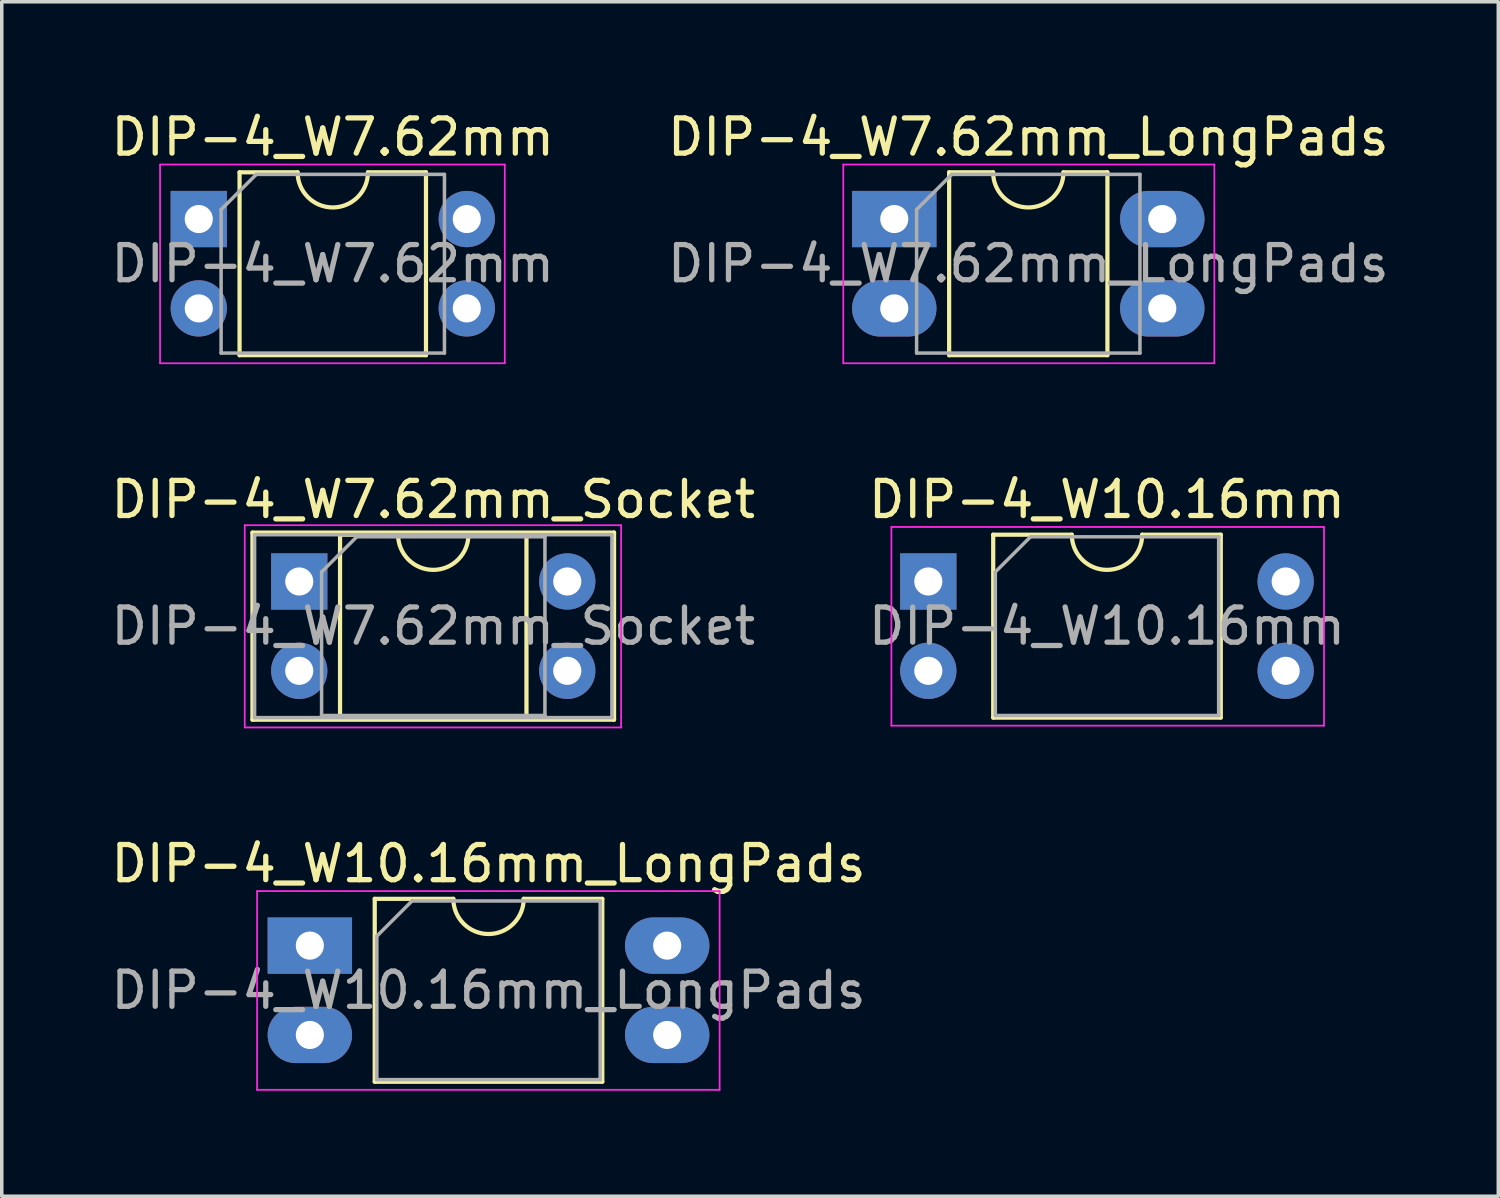
<source format=kicad_pcb>
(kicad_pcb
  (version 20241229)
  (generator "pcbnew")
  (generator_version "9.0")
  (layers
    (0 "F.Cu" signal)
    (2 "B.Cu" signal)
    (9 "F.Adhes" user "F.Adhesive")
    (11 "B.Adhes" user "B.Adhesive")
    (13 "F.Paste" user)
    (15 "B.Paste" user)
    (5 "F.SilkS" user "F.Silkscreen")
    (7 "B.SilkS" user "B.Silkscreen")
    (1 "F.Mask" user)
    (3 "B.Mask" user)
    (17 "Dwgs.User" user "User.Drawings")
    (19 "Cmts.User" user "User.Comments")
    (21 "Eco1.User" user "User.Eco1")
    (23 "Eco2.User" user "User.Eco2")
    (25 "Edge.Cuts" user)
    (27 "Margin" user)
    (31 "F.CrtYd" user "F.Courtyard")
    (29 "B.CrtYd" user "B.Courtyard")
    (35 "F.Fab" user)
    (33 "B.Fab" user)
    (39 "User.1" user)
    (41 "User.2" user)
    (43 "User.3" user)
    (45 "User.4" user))
  (footprint "DIP-4_W10.16mm"
    (layer "F.Cu")
    (at 23.343 13.482)
    (property "Reference" "DIP-4_W10.16mm" (at 5.08 -2.33 0) (layer "F.SilkS") (effects (font (size 1 1) (thickness 0.15))))
    (attr through_hole)
    (fp_line (start 1.845 -1.33) (end 1.845 3.87) (stroke (width 0.12) (type solid)) (layer "F.SilkS"))
    (fp_line (start 1.845 3.87) (end 8.315 3.87) (stroke (width 0.12) (type solid)) (layer "F.SilkS"))
    (fp_line (start 4.08 -1.33) (end 1.845 -1.33) (stroke (width 0.12) (type solid)) (layer "F.SilkS"))
    (fp_line (start 8.315 -1.33) (end 6.08 -1.33) (stroke (width 0.12) (type solid)) (layer "F.SilkS"))
    (fp_line (start 8.315 3.87) (end 8.315 -1.33) (stroke (width 0.12) (type solid)) (layer "F.SilkS"))
    (fp_arc (start 6.08 -1.33) (mid 5.08 -0.33) (end 4.08 -1.33) (stroke (width 0.12) (type solid)) (layer "F.SilkS"))
    (fp_line (start -1.05 -1.55) (end -1.05 4.1) (stroke (width 0.05) (type solid)) (layer "F.CrtYd"))
    (fp_line (start -1.05 4.1) (end 11.25 4.1) (stroke (width 0.05) (type solid)) (layer "F.CrtYd"))
    (fp_line (start 11.25 -1.55) (end -1.05 -1.55) (stroke (width 0.05) (type solid)) (layer "F.CrtYd"))
    (fp_line (start 11.25 4.1) (end 11.25 -1.55) (stroke (width 0.05) (type solid)) (layer "F.CrtYd"))
    (fp_line (start 1.905 -0.27) (end 2.905 -1.27) (stroke (width 0.1) (type solid)) (layer "F.Fab"))
    (fp_line (start 1.905 3.81) (end 1.905 -0.27) (stroke (width 0.1) (type solid)) (layer "F.Fab"))
    (fp_line (start 2.905 -1.27) (end 8.255 -1.27) (stroke (width 0.1) (type solid)) (layer "F.Fab"))
    (fp_line (start 8.255 -1.27) (end 8.255 3.81) (stroke (width 0.1) (type solid)) (layer "F.Fab"))
    (fp_line (start 8.255 3.81) (end 1.905 3.81) (stroke (width 0.1) (type solid)) (layer "F.Fab"))
    (fp_text user "${REFERENCE}" (at 5.08 1.27 0) (layer "F.Fab") (effects (font (size 1 1) (thickness 0.15))))
    (pad "1" thru_hole rect (at 0 0) (size 1.6 1.6) (drill 0.8) (layers "*.Cu" "*.Mask"))
    (pad "2" thru_hole oval (at 0 2.54) (size 1.6 1.6) (drill 0.8) (layers "*.Cu" "*.Mask"))
    (pad "3" thru_hole oval (at 10.16 2.54) (size 1.6 1.6) (drill 0.8) (layers "*.Cu" "*.Mask"))
    (pad "4" thru_hole oval (at 10.16 0) (size 1.6 1.6) (drill 0.8) (layers "*.Cu" "*.Mask")))
  (footprint "DIP-4_W7.62mm"
    (layer "F.Cu")
    (at 2.601 3.178)
    (property "Reference" "DIP-4_W7.62mm" (at 3.81 -2.33 0) (layer "F.SilkS") (effects (font (size 1 1) (thickness 0.15))))
    (attr through_hole)
    (fp_line (start 1.16 -1.33) (end 1.16 3.87) (stroke (width 0.12) (type solid)) (layer "F.SilkS"))
    (fp_line (start 1.16 3.87) (end 6.46 3.87) (stroke (width 0.12) (type solid)) (layer "F.SilkS"))
    (fp_line (start 2.81 -1.33) (end 1.16 -1.33) (stroke (width 0.12) (type solid)) (layer "F.SilkS"))
    (fp_line (start 6.46 -1.33) (end 4.81 -1.33) (stroke (width 0.12) (type solid)) (layer "F.SilkS"))
    (fp_line (start 6.46 3.87) (end 6.46 -1.33) (stroke (width 0.12) (type solid)) (layer "F.SilkS"))
    (fp_arc (start 4.81 -1.33) (mid 3.81 -0.33) (end 2.81 -1.33) (stroke (width 0.12) (type solid)) (layer "F.SilkS"))
    (fp_line (start -1.1 -1.55) (end -1.1 4.1) (stroke (width 0.05) (type solid)) (layer "F.CrtYd"))
    (fp_line (start -1.1 4.1) (end 8.7 4.1) (stroke (width 0.05) (type solid)) (layer "F.CrtYd"))
    (fp_line (start 8.7 -1.55) (end -1.1 -1.55) (stroke (width 0.05) (type solid)) (layer "F.CrtYd"))
    (fp_line (start 8.7 4.1) (end 8.7 -1.55) (stroke (width 0.05) (type solid)) (layer "F.CrtYd"))
    (fp_line (start 0.635 -0.27) (end 1.635 -1.27) (stroke (width 0.1) (type solid)) (layer "F.Fab"))
    (fp_line (start 0.635 3.81) (end 0.635 -0.27) (stroke (width 0.1) (type solid)) (layer "F.Fab"))
    (fp_line (start 1.635 -1.27) (end 6.985 -1.27) (stroke (width 0.1) (type solid)) (layer "F.Fab"))
    (fp_line (start 6.985 -1.27) (end 6.985 3.81) (stroke (width 0.1) (type solid)) (layer "F.Fab"))
    (fp_line (start 6.985 3.81) (end 0.635 3.81) (stroke (width 0.1) (type solid)) (layer "F.Fab"))
    (fp_text user "${REFERENCE}" (at 3.81 1.27 0) (layer "F.Fab") (effects (font (size 1 1) (thickness 0.15))))
    (pad "1" thru_hole rect (at 0 0) (size 1.6 1.6) (drill 0.8) (layers "*.Cu" "*.Mask"))
    (pad "2" thru_hole oval (at 0 2.54) (size 1.6 1.6) (drill 0.8) (layers "*.Cu" "*.Mask"))
    (pad "3" thru_hole oval (at 7.62 2.54) (size 1.6 1.6) (drill 0.8) (layers "*.Cu" "*.Mask"))
    (pad "4" thru_hole oval (at 7.62 0) (size 1.6 1.6) (drill 0.8) (layers "*.Cu" "*.Mask")))
  (footprint "DIP-4_W7.62mm_Socket"
    (layer "F.Cu")
    (at 5.458 13.482)
    (property "Reference" "DIP-4_W7.62mm_Socket" (at 3.81 -2.33 0) (layer "F.SilkS") (effects (font (size 1 1) (thickness 0.15))))
    (attr through_hole)
    (fp_line (start -1.33 -1.39) (end -1.33 3.93) (stroke (width 0.12) (type solid)) (layer "F.SilkS"))
    (fp_line (start -1.33 3.93) (end 8.95 3.93) (stroke (width 0.12) (type solid)) (layer "F.SilkS"))
    (fp_line (start 1.16 -1.33) (end 1.16 3.87) (stroke (width 0.12) (type solid)) (layer "F.SilkS"))
    (fp_line (start 1.16 3.87) (end 6.46 3.87) (stroke (width 0.12) (type solid)) (layer "F.SilkS"))
    (fp_line (start 2.81 -1.33) (end 1.16 -1.33) (stroke (width 0.12) (type solid)) (layer "F.SilkS"))
    (fp_line (start 6.46 -1.33) (end 4.81 -1.33) (stroke (width 0.12) (type solid)) (layer "F.SilkS"))
    (fp_line (start 6.46 3.87) (end 6.46 -1.33) (stroke (width 0.12) (type solid)) (layer "F.SilkS"))
    (fp_line (start 8.95 -1.39) (end -1.33 -1.39) (stroke (width 0.12) (type solid)) (layer "F.SilkS"))
    (fp_line (start 8.95 3.93) (end 8.95 -1.39) (stroke (width 0.12) (type solid)) (layer "F.SilkS"))
    (fp_arc (start 4.81 -1.33) (mid 3.81 -0.33) (end 2.81 -1.33) (stroke (width 0.12) (type solid)) (layer "F.SilkS"))
    (fp_line (start -1.55 -1.6) (end -1.55 4.15) (stroke (width 0.05) (type solid)) (layer "F.CrtYd"))
    (fp_line (start -1.55 4.15) (end 9.15 4.15) (stroke (width 0.05) (type solid)) (layer "F.CrtYd"))
    (fp_line (start 9.15 -1.6) (end -1.55 -1.6) (stroke (width 0.05) (type solid)) (layer "F.CrtYd"))
    (fp_line (start 9.15 4.15) (end 9.15 -1.6) (stroke (width 0.05) (type solid)) (layer "F.CrtYd"))
    (fp_line (start -1.27 -1.33) (end -1.27 3.87) (stroke (width 0.1) (type solid)) (layer "F.Fab"))
    (fp_line (start -1.27 3.87) (end 8.89 3.87) (stroke (width 0.1) (type solid)) (layer "F.Fab"))
    (fp_line (start 0.635 -0.27) (end 1.635 -1.27) (stroke (width 0.1) (type solid)) (layer "F.Fab"))
    (fp_line (start 0.635 3.81) (end 0.635 -0.27) (stroke (width 0.1) (type solid)) (layer "F.Fab"))
    (fp_line (start 1.635 -1.27) (end 6.985 -1.27) (stroke (width 0.1) (type solid)) (layer "F.Fab"))
    (fp_line (start 6.985 -1.27) (end 6.985 3.81) (stroke (width 0.1) (type solid)) (layer "F.Fab"))
    (fp_line (start 6.985 3.81) (end 0.635 3.81) (stroke (width 0.1) (type solid)) (layer "F.Fab"))
    (fp_line (start 8.89 -1.33) (end -1.27 -1.33) (stroke (width 0.1) (type solid)) (layer "F.Fab"))
    (fp_line (start 8.89 3.87) (end 8.89 -1.33) (stroke (width 0.1) (type solid)) (layer "F.Fab"))
    (fp_text user "${REFERENCE}" (at 3.81 1.27 0) (layer "F.Fab") (effects (font (size 1 1) (thickness 0.15))))
    (pad "1" thru_hole rect (at 0 0) (size 1.6 1.6) (drill 0.8) (layers "*.Cu" "*.Mask"))
    (pad "2" thru_hole oval (at 0 2.54) (size 1.6 1.6) (drill 0.8) (layers "*.Cu" "*.Mask"))
    (pad "3" thru_hole oval (at 7.62 2.54) (size 1.6 1.6) (drill 0.8) (layers "*.Cu" "*.Mask"))
    (pad "4" thru_hole oval (at 7.62 0) (size 1.6 1.6) (drill 0.8) (layers "*.Cu" "*.Mask")))
  (footprint "DIP-4_W10.16mm_LongPads"
    (layer "F.Cu")
    (at 5.759 23.835)
    (property "Reference" "DIP-4_W10.16mm_LongPads" (at 5.08 -2.33 0) (layer "F.SilkS") (effects (font (size 1 1) (thickness 0.15))))
    (attr through_hole)
    (fp_line (start 1.845 -1.33) (end 1.845 3.87) (stroke (width 0.12) (type solid)) (layer "F.SilkS"))
    (fp_line (start 1.845 3.87) (end 8.315 3.87) (stroke (width 0.12) (type solid)) (layer "F.SilkS"))
    (fp_line (start 4.08 -1.33) (end 1.845 -1.33) (stroke (width 0.12) (type solid)) (layer "F.SilkS"))
    (fp_line (start 8.315 -1.33) (end 6.08 -1.33) (stroke (width 0.12) (type solid)) (layer "F.SilkS"))
    (fp_line (start 8.315 3.87) (end 8.315 -1.33) (stroke (width 0.12) (type solid)) (layer "F.SilkS"))
    (fp_arc (start 6.08 -1.33) (mid 5.08 -0.33) (end 4.08 -1.33) (stroke (width 0.12) (type solid)) (layer "F.SilkS"))
    (fp_line (start -1.5 -1.55) (end -1.5 4.1) (stroke (width 0.05) (type solid)) (layer "F.CrtYd"))
    (fp_line (start -1.5 4.1) (end 11.65 4.1) (stroke (width 0.05) (type solid)) (layer "F.CrtYd"))
    (fp_line (start 11.65 -1.55) (end -1.5 -1.55) (stroke (width 0.05) (type solid)) (layer "F.CrtYd"))
    (fp_line (start 11.65 4.1) (end 11.65 -1.55) (stroke (width 0.05) (type solid)) (layer "F.CrtYd"))
    (fp_line (start 1.905 -0.27) (end 2.905 -1.27) (stroke (width 0.1) (type solid)) (layer "F.Fab"))
    (fp_line (start 1.905 3.81) (end 1.905 -0.27) (stroke (width 0.1) (type solid)) (layer "F.Fab"))
    (fp_line (start 2.905 -1.27) (end 8.255 -1.27) (stroke (width 0.1) (type solid)) (layer "F.Fab"))
    (fp_line (start 8.255 -1.27) (end 8.255 3.81) (stroke (width 0.1) (type solid)) (layer "F.Fab"))
    (fp_line (start 8.255 3.81) (end 1.905 3.81) (stroke (width 0.1) (type solid)) (layer "F.Fab"))
    (fp_text user "${REFERENCE}" (at 5.08 1.27 0) (layer "F.Fab") (effects (font (size 1 1) (thickness 0.15))))
    (pad "1" thru_hole rect (at 0 0) (size 2.4 1.6) (drill 0.8) (layers "*.Cu" "*.Mask"))
    (pad "2" thru_hole oval (at 0 2.54) (size 2.4 1.6) (drill 0.8) (layers "*.Cu" "*.Mask"))
    (pad "3" thru_hole oval (at 10.16 2.54) (size 2.4 1.6) (drill 0.8) (layers "*.Cu" "*.Mask"))
    (pad "4" thru_hole oval (at 10.16 0) (size 2.4 1.6) (drill 0.8) (layers "*.Cu" "*.Mask")))
  (footprint "DIP-4_W7.62mm_LongPads"
    (layer "F.Cu")
    (at 22.375 3.178)
    (property "Reference" "DIP-4_W7.62mm_LongPads" (at 3.81 -2.33 0) (layer "F.SilkS") (effects (font (size 1 1) (thickness 0.15))))
    (attr through_hole)
    (fp_line (start 1.56 -1.33) (end 1.56 3.87) (stroke (width 0.12) (type solid)) (layer "F.SilkS"))
    (fp_line (start 1.56 3.87) (end 6.06 3.87) (stroke (width 0.12) (type solid)) (layer "F.SilkS"))
    (fp_line (start 2.81 -1.33) (end 1.56 -1.33) (stroke (width 0.12) (type solid)) (layer "F.SilkS"))
    (fp_line (start 6.06 -1.33) (end 4.81 -1.33) (stroke (width 0.12) (type solid)) (layer "F.SilkS"))
    (fp_line (start 6.06 3.87) (end 6.06 -1.33) (stroke (width 0.12) (type solid)) (layer "F.SilkS"))
    (fp_arc (start 4.81 -1.33) (mid 3.81 -0.33) (end 2.81 -1.33) (stroke (width 0.12) (type solid)) (layer "F.SilkS"))
    (fp_line (start -1.45 -1.55) (end -1.45 4.1) (stroke (width 0.05) (type solid)) (layer "F.CrtYd"))
    (fp_line (start -1.45 4.1) (end 9.1 4.1) (stroke (width 0.05) (type solid)) (layer "F.CrtYd"))
    (fp_line (start 9.1 -1.55) (end -1.45 -1.55) (stroke (width 0.05) (type solid)) (layer "F.CrtYd"))
    (fp_line (start 9.1 4.1) (end 9.1 -1.55) (stroke (width 0.05) (type solid)) (layer "F.CrtYd"))
    (fp_line (start 0.635 -0.27) (end 1.635 -1.27) (stroke (width 0.1) (type solid)) (layer "F.Fab"))
    (fp_line (start 0.635 3.81) (end 0.635 -0.27) (stroke (width 0.1) (type solid)) (layer "F.Fab"))
    (fp_line (start 1.635 -1.27) (end 6.985 -1.27) (stroke (width 0.1) (type solid)) (layer "F.Fab"))
    (fp_line (start 6.985 -1.27) (end 6.985 3.81) (stroke (width 0.1) (type solid)) (layer "F.Fab"))
    (fp_line (start 6.985 3.81) (end 0.635 3.81) (stroke (width 0.1) (type solid)) (layer "F.Fab"))
    (fp_text user "${REFERENCE}" (at 3.81 1.27 0) (layer "F.Fab") (effects (font (size 1 1) (thickness 0.15))))
    (pad "1" thru_hole rect (at 0 0) (size 2.4 1.6) (drill 0.8) (layers "*.Cu" "*.Mask"))
    (pad "2" thru_hole oval (at 0 2.54) (size 2.4 1.6) (drill 0.8) (layers "*.Cu" "*.Mask"))
    (pad "3" thru_hole oval (at 7.62 2.54) (size 2.4 1.6) (drill 0.8) (layers "*.Cu" "*.Mask"))
    (pad "4" thru_hole oval (at 7.62 0) (size 2.4 1.6) (drill 0.8) (layers "*.Cu" "*.Mask")))
  (gr_rect
    (start -3 -3)
    (end 39.548 30.96)
    (stroke (width 0.1) (type default))
    (fill no)
    (layer "Edge.Cuts")))
</source>
